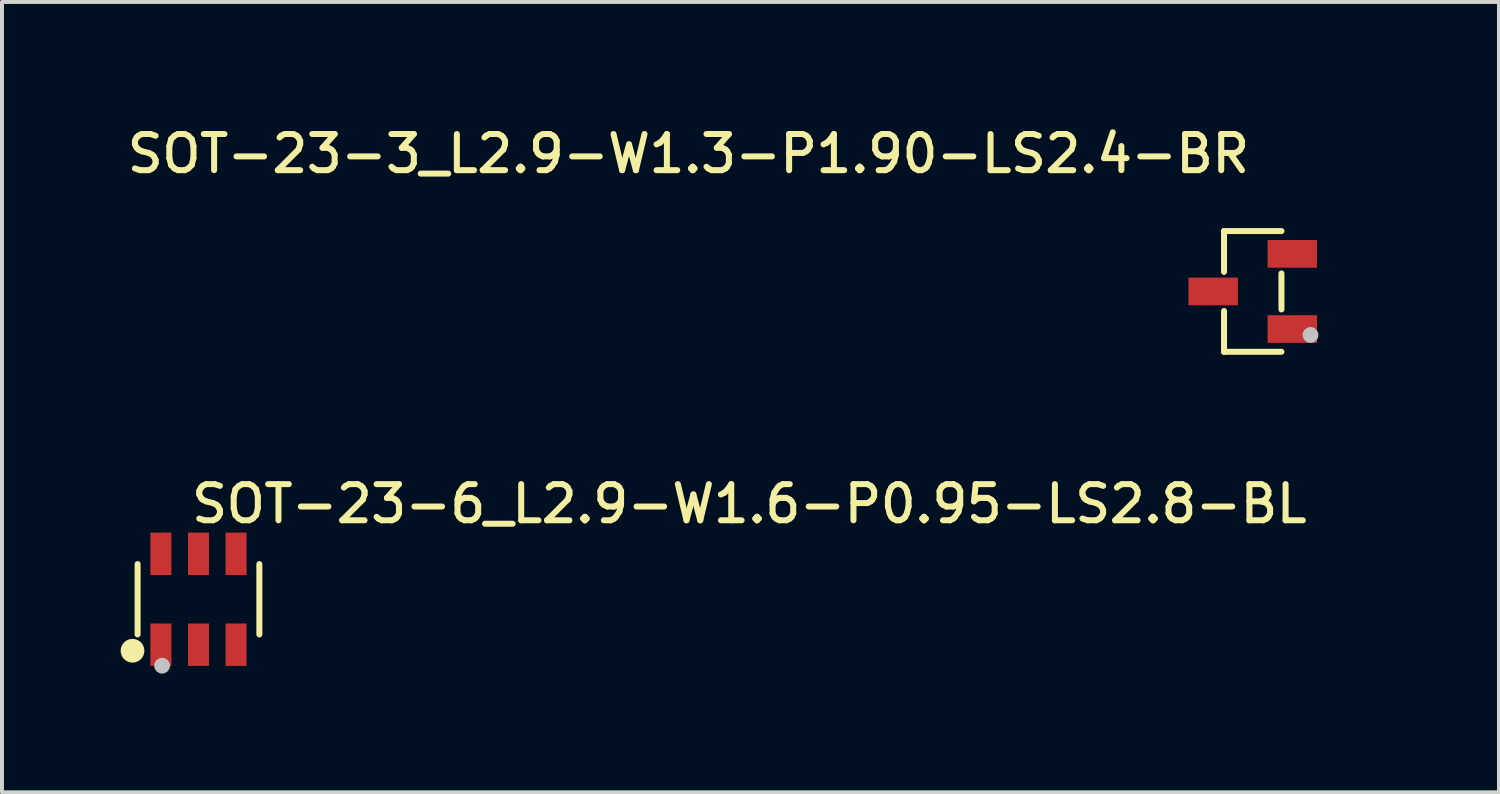
<source format=kicad_pcb>
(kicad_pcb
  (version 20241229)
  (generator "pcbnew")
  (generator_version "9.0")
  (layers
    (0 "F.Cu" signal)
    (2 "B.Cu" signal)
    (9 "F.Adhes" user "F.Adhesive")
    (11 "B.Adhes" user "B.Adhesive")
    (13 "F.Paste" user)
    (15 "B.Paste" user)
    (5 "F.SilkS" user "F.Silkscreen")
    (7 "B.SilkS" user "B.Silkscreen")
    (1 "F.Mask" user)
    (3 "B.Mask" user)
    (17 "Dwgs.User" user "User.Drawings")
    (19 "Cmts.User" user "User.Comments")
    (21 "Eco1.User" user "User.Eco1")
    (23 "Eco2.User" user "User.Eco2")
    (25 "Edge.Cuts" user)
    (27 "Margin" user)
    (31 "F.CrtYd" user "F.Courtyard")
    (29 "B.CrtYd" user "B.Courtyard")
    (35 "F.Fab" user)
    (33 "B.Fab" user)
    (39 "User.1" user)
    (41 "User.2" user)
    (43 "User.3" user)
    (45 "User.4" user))
  (footprint "SOT-23-3_L2.9-W1.3-P1.90-LS2.4-BR"
    (layer "F.Cu")
    (at 28.621 4.318)
    (property "Reference" "SOT-23-3_L2.9-W1.3-P1.90-LS2.4-BR" (at 0 -2.946 0) (layer "F.SilkS") (effects (font (size 0.914 0.914) (thickness 0.152)) (justify right bottom)))
    (fp_line (start -0.726 -1.526) (end -0.726 -0.495) (stroke (width 0.152) (type default)) (layer "F.SilkS"))
    (fp_line (start -0.726 1.526) (end -0.726 0.495) (stroke (width 0.152) (type default)) (layer "F.SilkS"))
    (fp_line (start 0.726 -1.526) (end -0.726 -1.526) (stroke (width 0.152) (type default)) (layer "F.SilkS"))
    (fp_line (start 0.726 -0.455) (end 0.726 0.455) (stroke (width 0.152) (type default)) (layer "F.SilkS"))
    (fp_line (start 0.726 1.526) (end -0.726 1.526) (stroke (width 0.152) (type default)) (layer "F.SilkS"))
    (fp_circle (center 1.46 1.1) (end 1.56 1.1) (stroke (width 0.2) (type default)) (fill no) (layer "Dwgs.User"))
    (fp_circle (center 1.2 1.45) (end 1.23 1.45) (stroke (width 0.06) (type default)) (fill no) (layer "User.5"))
    (pad "1" smd rect (at 1 0.95 180) (size 1.25 0.7) (layers "F.Cu" "F.Mask" "F.Paste"))
    (pad "2" smd rect (at 1 -0.95 180) (size 1.25 0.7) (layers "F.Cu" "F.Mask" "F.Paste"))
    (pad "3" smd rect (at -1 0 180) (size 1.25 0.7) (layers "F.Cu" "F.Mask" "F.Paste"))
    (zone (net_name "") (layer "User.3") (hatch edge 0.5) (priority 100) (connect_pads yes) (min_thickness 0) (filled_areas_thickness no) (fill yes) (polygon (pts (xy 31.296 0.843) (xy 31.296 3.743) (xy 29.996 3.743) (xy 29.996 0.843))) (filled_polygon (layer "User.3") (island) (pts (xy 31.296 0.843) (xy 31.296 3.743) (xy 29.996 3.743) (xy 29.996 0.843))))
    (zone (net_name "") (layer "User.4") (hatch edge 0.5) (priority 100) (connect_pads yes) (min_thickness 0) (filled_areas_thickness no) (fill yes) (polygon (pts (xy 29.746 1.128) (xy 29.746 1.558) (xy 29.446 1.558) (xy 29.446 1.128))) (filled_polygon (layer "User.4") (island) (pts (xy 29.746 1.128) (xy 29.746 1.558) (xy 29.446 1.558) (xy 29.446 1.128))))
    (zone (net_name "") (layer "User.4") (hatch edge 0.5) (priority 100) (connect_pads yes) (min_thickness 0) (filled_areas_thickness no) (fill yes) (polygon (pts (xy 29.746 3.028) (xy 29.746 3.458) (xy 29.446 3.458) (xy 29.446 3.028))) (filled_polygon (layer "User.4") (island) (pts (xy 29.746 3.028) (xy 29.746 3.458) (xy 29.446 3.458) (xy 29.446 3.028))))
    (zone (net_name "") (layer "User.4") (hatch edge 0.5) (priority 100) (connect_pads) (min_thickness 0) (filled_areas_thickness no) (keepout (tracks allowed) (vias allowed) (pads allowed) (copperpour not_allowed) (footprints allowed)) (placement (enabled no)) (fill) (polygon (pts (xy 30.006 1.128) (xy 30.006 1.558) (xy 29.736 1.558) (xy 29.736 1.128))))
    (zone (net_name "") (layer "User.4") (hatch edge 0.5) (priority 100) (connect_pads) (min_thickness 0) (filled_areas_thickness no) (keepout (tracks allowed) (vias allowed) (pads allowed) (copperpour not_allowed) (footprints allowed)) (placement (enabled no)) (fill) (polygon (pts (xy 30.006 3.028) (xy 30.006 3.458) (xy 29.736 3.458) (xy 29.736 3.028))))
    (zone (net_name "") (layer "User.4") (hatch edge 0.5) (priority 100) (connect_pads) (min_thickness 0) (filled_areas_thickness no) (keepout (tracks allowed) (vias allowed) (pads allowed) (copperpour not_allowed) (footprints allowed)) (placement (enabled no)) (fill) (polygon (pts (xy 31.556 2.078) (xy 31.556 2.508) (xy 31.286 2.508) (xy 31.286 2.078))))
    (zone (net_name "") (layer "User.4") (hatch edge 0.5) (priority 100) (connect_pads yes) (min_thickness 0) (filled_areas_thickness no) (fill yes) (polygon (pts (xy 31.846 2.078) (xy 31.846 2.508) (xy 31.546 2.508) (xy 31.546 2.078))) (filled_polygon (layer "User.4") (island) (pts (xy 31.846 2.078) (xy 31.846 2.508) (xy 31.546 2.508) (xy 31.546 2.078)))))
  (footprint "SOT-23-6_L2.9-W1.6-P0.95-LS2.8-BL"
    (layer "F.Cu")
    (at 1.968 12.1)
    (property "Reference" "SOT-23-6_L2.9-W1.6-P0.95-LS2.8-BL" (at -0.254 -2.946 0) (layer "F.SilkS") (effects (font (size 0.914 0.914) (thickness 0.152)) (justify left top)))
    (fp_line (start -1.539 0.889) (end -1.539 -0.889) (stroke (width 0.152) (type default)) (layer "F.SilkS"))
    (fp_line (start 1.539 0.889) (end 1.539 -0.889) (stroke (width 0.152) (type default)) (layer "F.SilkS"))
    (fp_circle (center -1.668 1.302) (end -1.518 1.302) (stroke (width 0.3) (type default)) (fill no) (layer "F.SilkS"))
    (fp_circle (center -0.92 1.68) (end -0.82 1.68) (stroke (width 0.2) (type default)) (fill no) (layer "Dwgs.User"))
    (fp_circle (center -1.463 1.4) (end -1.433 1.4) (stroke (width 0.06) (type default)) (fill no) (layer "User.5"))
    (pad "1" smd rect (at -0.95 1.149) (size 0.532 1.072) (layers "F.Cu" "F.Mask" "F.Paste"))
    (pad "2" smd rect (at 0 1.149) (size 0.532 1.072) (layers "F.Cu" "F.Mask" "F.Paste"))
    (pad "3" smd rect (at 0.95 1.149) (size 0.532 1.072) (layers "F.Cu" "F.Mask" "F.Paste"))
    (pad "4" smd rect (at 0.95 -1.149) (size 0.532 1.072) (layers "F.Cu" "F.Mask" "F.Paste"))
    (pad "5" smd rect (at 0 -1.149) (size 0.532 1.072) (layers "F.Cu" "F.Mask" "F.Paste"))
    (pad "6" smd rect (at -0.95 -1.149) (size 0.532 1.072) (layers "F.Cu" "F.Mask" "F.Paste"))
    (zone (net_name "") (layer "User.3") (hatch edge 0.5) (priority 100) (connect_pads yes) (min_thickness 0) (filled_areas_thickness no) (fill yes) (polygon (pts (xy 0.505 11.287) (xy 3.431 11.287) (xy 3.431 12.913) (xy 0.505 12.913))) (filled_polygon (layer "User.3") (island) (pts (xy 0.505 11.287) (xy 3.431 11.287) (xy 3.431 12.913) (xy 0.505 12.913))))
    (zone (net_name "") (layer "User.4") (hatch edge 0.5) (priority 100) (connect_pads) (min_thickness 0) (filled_areas_thickness no) (keepout (tracks allowed) (vias allowed) (pads allowed) (copperpour not_allowed) (footprints allowed)) (placement (enabled no)) (fill) (polygon (pts (xy 0.803 11.165) (xy 1.233 11.165) (xy 1.233 11.297) (xy 0.803 11.297))))
    (zone (net_name "") (layer "User.4") (hatch edge 0.5) (priority 100) (connect_pads yes) (min_thickness 0) (filled_areas_thickness no) (fill yes) (polygon (pts (xy 0.803 11.175) (xy 1.233 11.175) (xy 1.233 10.7) (xy 0.803 10.7))) (filled_polygon (layer "User.4") (island) (pts (xy 0.803 11.175) (xy 1.233 11.175) (xy 1.233 10.7) (xy 0.803 10.7))))
    (zone (net_name "") (layer "User.4") (hatch edge 0.5) (priority 100) (connect_pads) (min_thickness 0) (filled_areas_thickness no) (keepout (tracks allowed) (vias allowed) (pads allowed) (copperpour not_allowed) (footprints allowed)) (placement (enabled no)) (fill) (polygon (pts (xy 0.803 12.903) (xy 1.233 12.903) (xy 1.233 13.035) (xy 0.803 13.035))))
    (zone (net_name "") (layer "User.4") (hatch edge 0.5) (priority 100) (connect_pads yes) (min_thickness 0) (filled_areas_thickness no) (fill yes) (polygon (pts (xy 0.803 13.025) (xy 1.233 13.025) (xy 1.233 13.5) (xy 0.803 13.5))) (filled_polygon (layer "User.4") (island) (pts (xy 0.803 13.025) (xy 1.233 13.025) (xy 1.233 13.5) (xy 0.803 13.5))))
    (zone (net_name "") (layer "User.4") (hatch edge 0.5) (priority 100) (connect_pads) (min_thickness 0) (filled_areas_thickness no) (keepout (tracks allowed) (vias allowed) (pads allowed) (copperpour not_allowed) (footprints allowed)) (placement (enabled no)) (fill) (polygon (pts (xy 1.753 11.165) (xy 2.183 11.165) (xy 2.183 11.297) (xy 1.753 11.297))))
    (zone (net_name "") (layer "User.4") (hatch edge 0.5) (priority 100) (connect_pads yes) (min_thickness 0) (filled_areas_thickness no) (fill yes) (polygon (pts (xy 1.753 11.175) (xy 2.183 11.175) (xy 2.183 10.7) (xy 1.753 10.7))) (filled_polygon (layer "User.4") (island) (pts (xy 1.753 11.175) (xy 2.183 11.175) (xy 2.183 10.7) (xy 1.753 10.7))))
    (zone (net_name "") (layer "User.4") (hatch edge 0.5) (priority 100) (connect_pads) (min_thickness 0) (filled_areas_thickness no) (keepout (tracks allowed) (vias allowed) (pads allowed) (copperpour not_allowed) (footprints allowed)) (placement (enabled no)) (fill) (polygon (pts (xy 1.753 12.903) (xy 2.183 12.903) (xy 2.183 13.035) (xy 1.753 13.035))))
    (zone (net_name "") (layer "User.4") (hatch edge 0.5) (priority 100) (connect_pads yes) (min_thickness 0) (filled_areas_thickness no) (fill yes) (polygon (pts (xy 1.753 13.025) (xy 2.183 13.025) (xy 2.183 13.5) (xy 1.753 13.5))) (filled_polygon (layer "User.4") (island) (pts (xy 1.753 13.025) (xy 2.183 13.025) (xy 2.183 13.5) (xy 1.753 13.5))))
    (zone (net_name "") (layer "User.4") (hatch edge 0.5) (priority 100) (connect_pads) (min_thickness 0) (filled_areas_thickness no) (keepout (tracks allowed) (vias allowed) (pads allowed) (copperpour not_allowed) (footprints allowed)) (placement (enabled no)) (fill) (polygon (pts (xy 2.703 11.165) (xy 3.133 11.165) (xy 3.133 11.297) (xy 2.703 11.297))))
    (zone (net_name "") (layer "User.4") (hatch edge 0.5) (priority 100) (connect_pads yes) (min_thickness 0) (filled_areas_thickness no) (fill yes) (polygon (pts (xy 2.703 11.175) (xy 3.133 11.175) (xy 3.133 10.7) (xy 2.703 10.7))) (filled_polygon (layer "User.4") (island) (pts (xy 2.703 11.175) (xy 3.133 11.175) (xy 3.133 10.7) (xy 2.703 10.7))))
    (zone (net_name "") (layer "User.4") (hatch edge 0.5) (priority 100) (connect_pads) (min_thickness 0) (filled_areas_thickness no) (keepout (tracks allowed) (vias allowed) (pads allowed) (copperpour not_allowed) (footprints allowed)) (placement (enabled no)) (fill) (polygon (pts (xy 2.703 12.903) (xy 3.133 12.903) (xy 3.133 13.035) (xy 2.703 13.035))))
    (zone (net_name "") (layer "User.4") (hatch edge 0.5) (priority 100) (connect_pads yes) (min_thickness 0) (filled_areas_thickness no) (fill yes) (polygon (pts (xy 2.703 13.025) (xy 3.133 13.025) (xy 3.133 13.5) (xy 2.703 13.5))) (filled_polygon (layer "User.4") (island) (pts (xy 2.703 13.025) (xy 3.133 13.025) (xy 3.133 13.5) (xy 2.703 13.5)))))
  (gr_rect
    (start -3 -3)
    (end 34.846 16.98)
    (stroke (width 0.1) (type default))
    (fill no)
    (layer "Edge.Cuts")))
</source>
